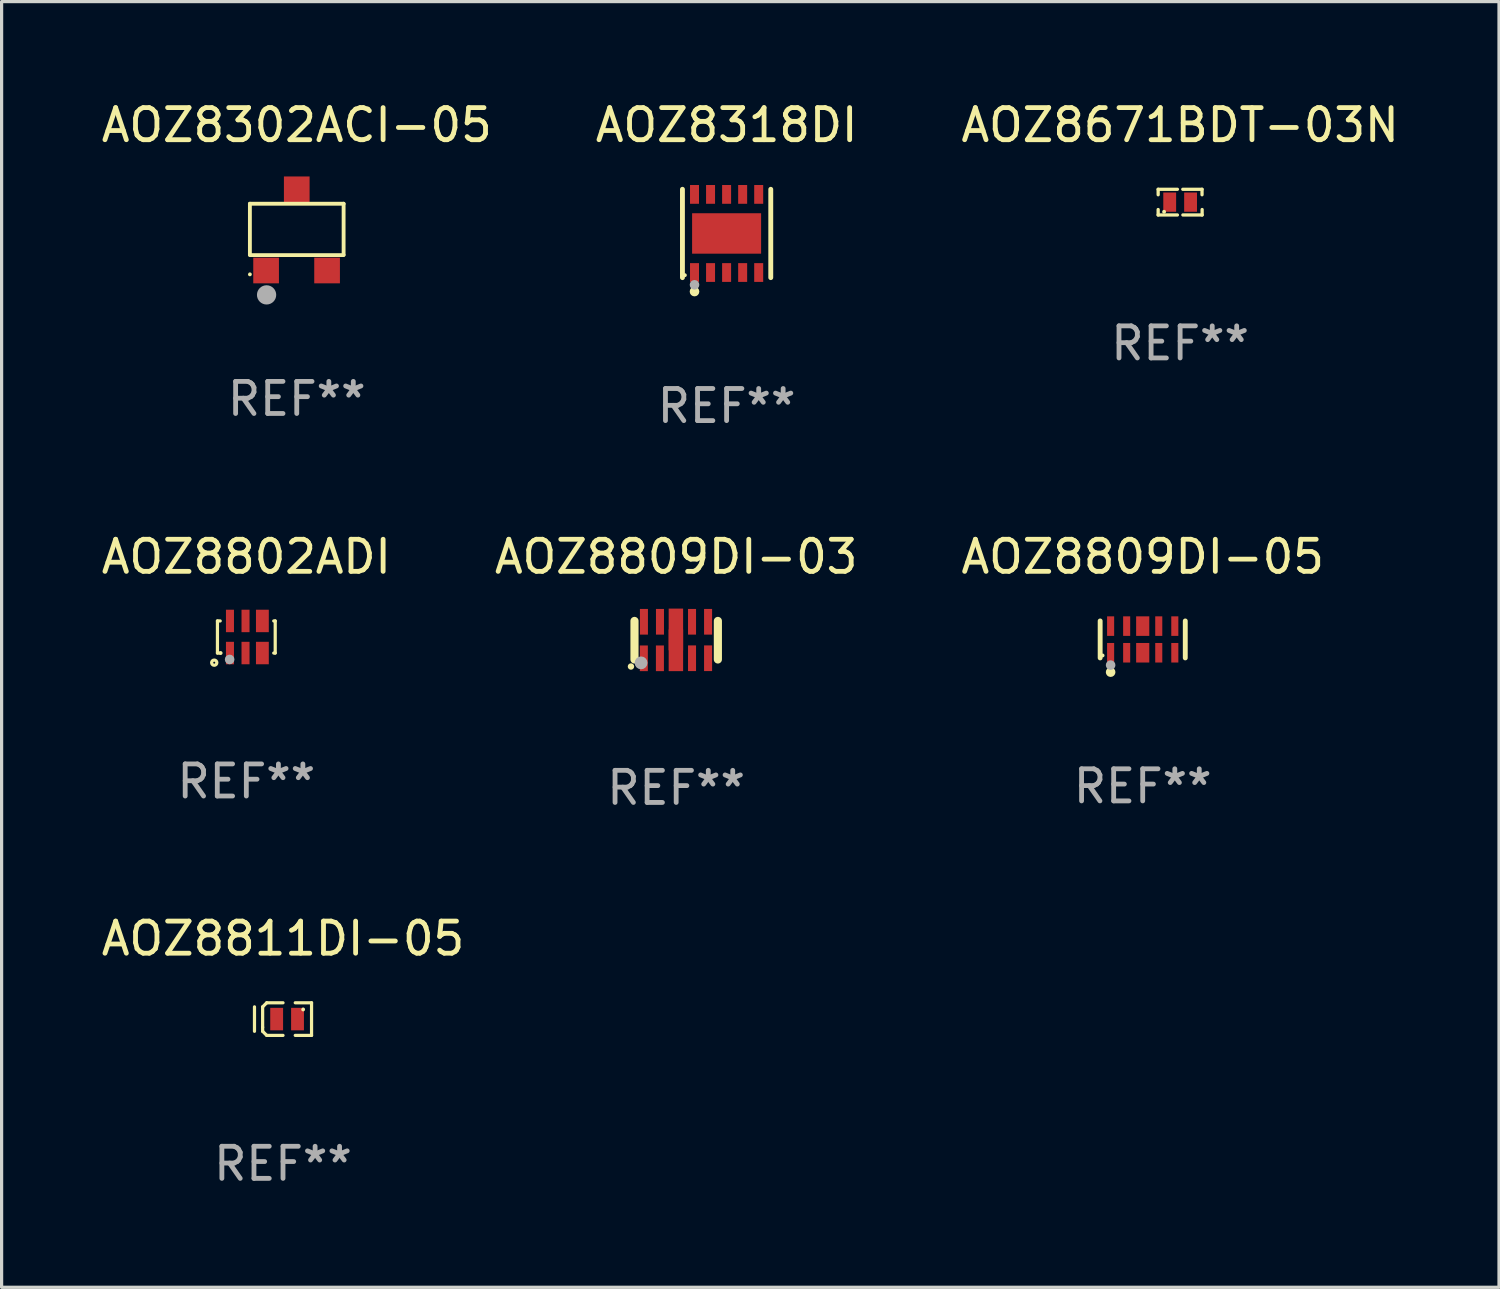
<source format=kicad_pcb>
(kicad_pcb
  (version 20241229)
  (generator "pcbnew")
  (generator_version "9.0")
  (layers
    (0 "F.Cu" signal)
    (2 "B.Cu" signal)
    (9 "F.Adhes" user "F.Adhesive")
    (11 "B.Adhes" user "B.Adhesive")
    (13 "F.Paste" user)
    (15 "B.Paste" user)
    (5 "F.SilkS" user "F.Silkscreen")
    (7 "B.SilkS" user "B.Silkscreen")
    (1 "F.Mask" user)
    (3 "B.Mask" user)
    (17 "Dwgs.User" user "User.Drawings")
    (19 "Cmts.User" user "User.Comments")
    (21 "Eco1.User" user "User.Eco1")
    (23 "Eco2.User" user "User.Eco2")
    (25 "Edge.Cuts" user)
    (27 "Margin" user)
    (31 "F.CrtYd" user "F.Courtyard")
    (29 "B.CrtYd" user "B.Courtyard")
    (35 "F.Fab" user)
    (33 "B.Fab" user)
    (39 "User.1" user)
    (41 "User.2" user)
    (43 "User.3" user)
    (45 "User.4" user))
  (footprint "AOZ8318DI"
    (layer "F.Cu")
    (at 19.589 4.224)
    (property "Reference" "AOZ8318DI" (at 0 -3.376 0) (layer "F.SilkS") (effects (font (size 1 1) (thickness 0.15))))
    (attr through_hole)
    (fp_line (start -1.376 1.376) (end -1.376 -1.376) (stroke (width 0.152) (type solid)) (layer "F.SilkS"))
    (fp_line (start 1.376 1.376) (end 1.376 -1.376) (stroke (width 0.152) (type solid)) (layer "F.SilkS"))
    (fp_circle (center -1.3 1.3) (end -1.27 1.3) (stroke (width 0.06) (type solid)) (fill no) (layer "F.SilkS"))
    (fp_circle (center -1 1.81) (end -0.925 1.81) (stroke (width 0.15) (type solid)) (fill no) (layer "F.SilkS"))
    (fp_circle (center -1 1.6) (end -0.925 1.6) (stroke (width 0.15) (type solid)) (fill no) (layer "F.Fab"))
    (fp_text user "REF**" (at 0 5.376 0) (layer "F.Fab") (effects (font (size 1 1) (thickness 0.15))))
    (pad "1" smd rect (at -1 1.217) (size 0.28 0.585) (layers "F.Cu" "F.Mask" "F.Paste"))
    (pad "2" smd rect (at -0.5 1.217) (size 0.28 0.585) (layers "F.Cu" "F.Mask" "F.Paste"))
    (pad "3" smd rect (at 0 1.217) (size 0.28 0.585) (layers "F.Cu" "F.Mask" "F.Paste"))
    (pad "4" smd rect (at 0.5 1.217) (size 0.28 0.585) (layers "F.Cu" "F.Mask" "F.Paste"))
    (pad "5" smd rect (at 1 1.217) (size 0.28 0.585) (layers "F.Cu" "F.Mask" "F.Paste"))
    (pad "6" smd rect (at 1 -1.217) (size 0.28 0.585) (layers "F.Cu" "F.Mask" "F.Paste"))
    (pad "7" smd rect (at 0.5 -1.217) (size 0.28 0.585) (layers "F.Cu" "F.Mask" "F.Paste"))
    (pad "8" smd rect (at 0 -1.217) (size 0.28 0.585) (layers "F.Cu" "F.Mask" "F.Paste"))
    (pad "9" smd rect (at -0.5 -1.217) (size 0.28 0.585) (layers "F.Cu" "F.Mask" "F.Paste"))
    (pad "10" smd rect (at -1 -1.217) (size 0.28 0.585) (layers "F.Cu" "F.Mask" "F.Paste"))
    (pad "11" smd rect (at 0 0) (size 2.15 1.26) (layers "F.Cu" "F.Mask" "F.Paste")))
  (footprint "AOZ8809DI-03"
    (layer "F.Cu")
    (at 18.018 16.897)
    (property "Reference" "AOZ8809DI-03" (at 0 -2.6 0) (layer "F.SilkS") (effects (font (size 1 1) (thickness 0.15))))
    (attr through_hole)
    (fp_line (start -1.299 0.6) (end -1.299 -0.6) (stroke (width 0.254) (type solid)) (layer "F.SilkS"))
    (fp_line (start 1.299 -0.6) (end 1.299 0.6) (stroke (width 0.254) (type solid)) (layer "F.SilkS"))
    (fp_circle (center -1.409 0.82) (end -1.359 0.82) (stroke (width 0.1) (type solid)) (fill no) (layer "F.SilkS"))
    (fp_circle (center -1.257 0.495) (end -1.227 0.495) (stroke (width 0.06) (type solid)) (fill no) (layer "F.SilkS"))
    (fp_circle (center -1.094 0.706) (end -0.994 0.706) (stroke (width 0.2) (type solid)) (fill no) (layer "F.Fab"))
    (fp_text user "REF**" (at 0 4.6 0) (layer "F.Fab") (effects (font (size 1 1) (thickness 0.15))))
    (pad "1" smd rect (at -1.008 0.564 180) (size 0.25 0.8) (layers "F.Cu" "F.Mask" "F.Paste"))
    (pad "2" smd rect (at -0.507 0.564 180) (size 0.25 0.8) (layers "F.Cu" "F.Mask" "F.Paste"))
    (pad "3" smd rect (at -0.009 0.314 180) (size 0.45 1.3) (layers "F.Cu" "F.Mask" "F.Paste"))
    (pad "4" smd rect (at 0.494 0.562 180) (size 0.25 0.8) (layers "F.Cu" "F.Mask" "F.Paste"))
    (pad "5" smd rect (at 0.994 0.562 180) (size 0.25 0.8) (layers "F.Cu" "F.Mask" "F.Paste"))
    (pad "6" smd rect (at 0.994 -0.574 180) (size 0.25 0.8) (layers "F.Cu" "F.Mask" "F.Paste"))
    (pad "7" smd rect (at 0.494 -0.574 180) (size 0.25 0.8) (layers "F.Cu" "F.Mask" "F.Paste"))
    (pad "8" smd rect (at -0.009 -0.335 180) (size 0.45 1.3) (layers "F.Cu" "F.Mask" "F.Paste"))
    (pad "9" smd rect (at -0.505 -0.574 180) (size 0.25 0.8) (layers "F.Cu" "F.Mask" "F.Paste"))
    (pad "10" smd rect (at -1.005 -0.574 180) (size 0.25 0.8) (layers "F.Cu" "F.Mask" "F.Paste")))
  (footprint "AOZ8802ADI"
    (layer "F.Cu")
    (at 4.625 16.797)
    (property "Reference" "AOZ8802ADI" (at 0 -2.5 0) (layer "F.SilkS") (effects (font (size 1 1) (thickness 0.15))))
    (attr through_hole)
    (fp_line (start -0.9 -0.5) (end -0.9 0.5) (stroke (width 0.1) (type solid)) (layer "F.SilkS"))
    (fp_line (start -0.9 -0.5) (end -0.814 -0.5) (stroke (width 0.1) (type solid)) (layer "F.SilkS"))
    (fp_line (start -0.9 0.5) (end -0.814 0.5) (stroke (width 0.1) (type solid)) (layer "F.SilkS"))
    (fp_line (start 0.854 0.5) (end 0.9 0.5) (stroke (width 0.1) (type solid)) (layer "F.SilkS"))
    (fp_line (start 0.854 -0.5) (end 0.9 -0.5) (stroke (width 0.1) (type solid)) (layer "F.SilkS"))
    (fp_line (start 0.9 0.5) (end 0.9 -0.5) (stroke (width 0.1) (type solid)) (layer "F.SilkS"))
    (fp_circle (center -1 0.8) (end -0.919 0.8) (stroke (width 0.1) (type solid)) (fill no) (layer "F.SilkS"))
    (fp_circle (center -0.8 0.5) (end -0.77 0.5) (stroke (width 0.06) (type solid)) (fill no) (layer "F.SilkS"))
    (fp_circle (center -0.52 0.7) (end -0.445 0.7) (stroke (width 0.15) (type solid)) (fill no) (layer "F.Fab"))
    (fp_text user "REF**" (at 0 4.5 0) (layer "F.Fab") (effects (font (size 1 1) (thickness 0.15))))
    (pad "1" smd rect (at -0.51 0.5) (size 0.25 0.7) (layers "F.Cu" "F.Mask" "F.Paste"))
    (pad "2" smd rect (at -0.025 0.5) (size 0.25 0.7) (layers "F.Cu" "F.Mask" "F.Paste"))
    (pad "3" smd rect (at 0.5 0.5) (size 0.4 0.7) (layers "F.Cu" "F.Mask" "F.Paste"))
    (pad "4" smd rect (at 0.5 -0.5) (size 0.4 0.7) (layers "F.Cu" "F.Mask" "F.Paste"))
    (pad "5" smd rect (at -0.025 -0.5) (size 0.25 0.7) (layers "F.Cu" "F.Mask" "F.Paste"))
    (pad "6" smd rect (at -0.51 -0.5) (size 0.25 0.7) (layers "F.Cu" "F.Mask" "F.Paste")))
  (footprint "AOZ8671BDT-03N"
    (layer "F.Cu")
    (at 33.72 3.248)
    (property "Reference" "AOZ8671BDT-03N" (at 0 -2.4 0) (layer "F.SilkS") (effects (font (size 1 1) (thickness 0.15))))
    (attr through_hole)
    (fp_line (start -0.685 -0.4) (end -0.685 -0.23) (stroke (width 0.102) (type solid)) (layer "F.SilkS"))
    (fp_line (start -0.685 0.4) (end -0.685 0.23) (stroke (width 0.102) (type solid)) (layer "F.SilkS"))
    (fp_line (start -0.085 -0.4) (end -0.685 -0.4) (stroke (width 0.102) (type solid)) (layer "F.SilkS"))
    (fp_line (start -0.085 0.4) (end -0.685 0.4) (stroke (width 0.102) (type solid)) (layer "F.SilkS"))
    (fp_line (start 0.082 -0.4) (end 0.682 -0.4) (stroke (width 0.102) (type solid)) (layer "F.SilkS"))
    (fp_line (start 0.085 0.4) (end 0.685 0.4) (stroke (width 0.102) (type solid)) (layer "F.SilkS"))
    (fp_line (start 0.682 -0.4) (end 0.682 -0.23) (stroke (width 0.102) (type solid)) (layer "F.SilkS"))
    (fp_line (start 0.685 0.4) (end 0.685 0.23) (stroke (width 0.102) (type solid)) (layer "F.SilkS"))
    (fp_circle (center -0.5 0.3) (end -0.47 0.3) (stroke (width 0.06) (type solid)) (fill no) (layer "F.SilkS"))
    (fp_text user "REF**" (at 0 4.4 0) (layer "F.Fab") (effects (font (size 1 1) (thickness 0.15))))
    (pad "1" smd rect (at -0.325 0) (size 0.4 0.6) (layers "F.Cu" "F.Mask" "F.Paste"))
    (pad "2" smd rect (at 0.325 0) (size 0.4 0.6) (layers "F.Cu" "F.Mask" "F.Paste")))
  (footprint "AOZ8811DI-05"
    (layer "F.Cu")
    (at 5.768 28.702)
    (property "Reference" "AOZ8811DI-05" (at 0 -2.508 0) (layer "F.SilkS") (effects (font (size 1 1) (thickness 0.15))))
    (attr through_hole)
    (fp_line (start -0.889 -0.381) (end -0.889 0.381) (stroke (width 0.1) (type solid)) (layer "F.SilkS"))
    (fp_line (start -0.635 -0.381) (end -0.635 0.254) (stroke (width 0.1) (type solid)) (layer "F.SilkS"))
    (fp_line (start -0.635 0.254) (end -0.635 0.381) (stroke (width 0.1) (type solid)) (layer "F.SilkS"))
    (fp_line (start -0.635 0.381) (end -0.508 0.508) (stroke (width 0.1) (type solid)) (layer "F.SilkS"))
    (fp_line (start -0.508 -0.508) (end -0.635 -0.381) (stroke (width 0.1) (type solid)) (layer "F.SilkS"))
    (fp_line (start -0.508 0.508) (end 0 0.508) (stroke (width 0.1) (type solid)) (layer "F.SilkS"))
    (fp_line (start 0 -0.508) (end -0.508 -0.508) (stroke (width 0.1) (type solid)) (layer "F.SilkS"))
    (fp_line (start 0.381 -0.508) (end 0.889 -0.508) (stroke (width 0.1) (type solid)) (layer "F.SilkS"))
    (fp_line (start 0.889 -0.508) (end 0.889 0.508) (stroke (width 0.1) (type solid)) (layer "F.SilkS"))
    (fp_line (start 0.889 0.508) (end 0.381 0.508) (stroke (width 0.1) (type solid)) (layer "F.SilkS"))
    (fp_circle (center 0.627 -0.3) (end 0.657 -0.3) (stroke (width 0.06) (type solid)) (fill no) (layer "F.SilkS"))
    (fp_text user "REF**" (at 0 4.508 0) (layer "F.Fab") (effects (font (size 1 1) (thickness 0.15))))
    (pad "1" smd rect (at 0.452 0) (size 0.4 0.7) (layers "F.Cu" "F.Mask" "F.Paste"))
    (pad "2" smd rect (at -0.198 0) (size 0.4 0.7) (layers "F.Cu" "F.Mask" "F.Paste")))
  (footprint "AOZ8809DI-05"
    (layer "F.Cu")
    (at 32.554 16.873)
    (property "Reference" "AOZ8809DI-05" (at 0 -2.576 0) (layer "F.SilkS") (effects (font (size 1 1) (thickness 0.15))))
    (attr through_hole)
    (fp_line (start -1.326 0.576) (end -1.326 -0.576) (stroke (width 0.152) (type solid)) (layer "F.SilkS"))
    (fp_line (start 1.326 0.576) (end 1.326 -0.576) (stroke (width 0.152) (type solid)) (layer "F.SilkS"))
    (fp_circle (center -1.25 0.5) (end -1.22 0.5) (stroke (width 0.06) (type solid)) (fill no) (layer "F.SilkS"))
    (fp_circle (center -1 1.019) (end -0.925 1.019) (stroke (width 0.15) (type solid)) (fill no) (layer "F.SilkS"))
    (fp_circle (center -1 0.8) (end -0.925 0.8) (stroke (width 0.15) (type solid)) (fill no) (layer "F.Fab"))
    (fp_text user "REF**" (at 0 4.576 0) (layer "F.Fab") (effects (font (size 1 1) (thickness 0.15))))
    (pad "1" smd rect (at -1 0.415) (size 0.22 0.609) (layers "F.Cu" "F.Mask" "F.Paste"))
    (pad "2" smd rect (at -0.5 0.415) (size 0.22 0.609) (layers "F.Cu" "F.Mask" "F.Paste"))
    (pad "3" smd rect (at 0 0.415) (size 0.41 0.609) (layers "F.Cu" "F.Mask" "F.Paste"))
    (pad "4" smd rect (at 0.5 0.415) (size 0.22 0.609) (layers "F.Cu" "F.Mask" "F.Paste"))
    (pad "5" smd rect (at 1 0.415) (size 0.22 0.609) (layers "F.Cu" "F.Mask" "F.Paste"))
    (pad "6" smd rect (at 1 -0.415) (size 0.22 0.609) (layers "F.Cu" "F.Mask" "F.Paste"))
    (pad "7" smd rect (at 0.5 -0.415) (size 0.22 0.609) (layers "F.Cu" "F.Mask" "F.Paste"))
    (pad "8" smd rect (at 0 -0.415) (size 0.41 0.609) (layers "F.Cu" "F.Mask" "F.Paste"))
    (pad "9" smd rect (at -0.5 -0.415) (size 0.22 0.609) (layers "F.Cu" "F.Mask" "F.Paste"))
    (pad "10" smd rect (at -1 -0.415) (size 0.22 0.609) (layers "F.Cu" "F.Mask" "F.Paste")))
  (footprint "AOZ8302ACI-05"
    (layer "F.Cu")
    (at 6.196 4.113)
    (property "Reference" "AOZ8302ACI-05" (at 0 -3.265 0) (layer "F.SilkS") (effects (font (size 1 1) (thickness 0.15))))
    (attr through_hole)
    (fp_line (start -1.46 -0.815) (end -1.46 0.771) (stroke (width 0.12) (type solid)) (layer "F.SilkS"))
    (fp_line (start -1.46 -0.815) (end 1.46 -0.815) (stroke (width 0.12) (type solid)) (layer "F.SilkS"))
    (fp_line (start -1.46 0.785) (end 1.46 0.785) (stroke (width 0.12) (type solid)) (layer "F.SilkS"))
    (fp_line (start 1.46 -0.815) (end 1.46 0.771) (stroke (width 0.12) (type solid)) (layer "F.SilkS"))
    (fp_circle (center -1.46 1.385) (end -1.43 1.385) (stroke (width 0.06) (type solid)) (fill no) (layer "F.SilkS"))
    (fp_circle (center -0.94 2.025) (end -0.79 2.025) (stroke (width 0.3) (type solid)) (fill no) (layer "F.Fab"))
    (fp_text user "REF**" (at 0 5.265 0) (layer "F.Fab") (effects (font (size 1 1) (thickness 0.15))))
    (pad "1" smd rect (at -0.955 1.265) (size 0.8 0.8) (layers "F.Cu" "F.Mask" "F.Paste"))
    (pad "2" smd rect (at 0.945 1.265) (size 0.8 0.8) (layers "F.Cu" "F.Mask" "F.Paste"))
    (pad "3" smd rect (at 0 -1.265) (size 0.8 0.8) (layers "F.Cu" "F.Mask" "F.Paste")))
  (gr_rect
    (start -3 -3)
    (end 43.655 37.059)
    (stroke (width 0.1) (type default))
    (fill no)
    (layer "Edge.Cuts")))
</source>
